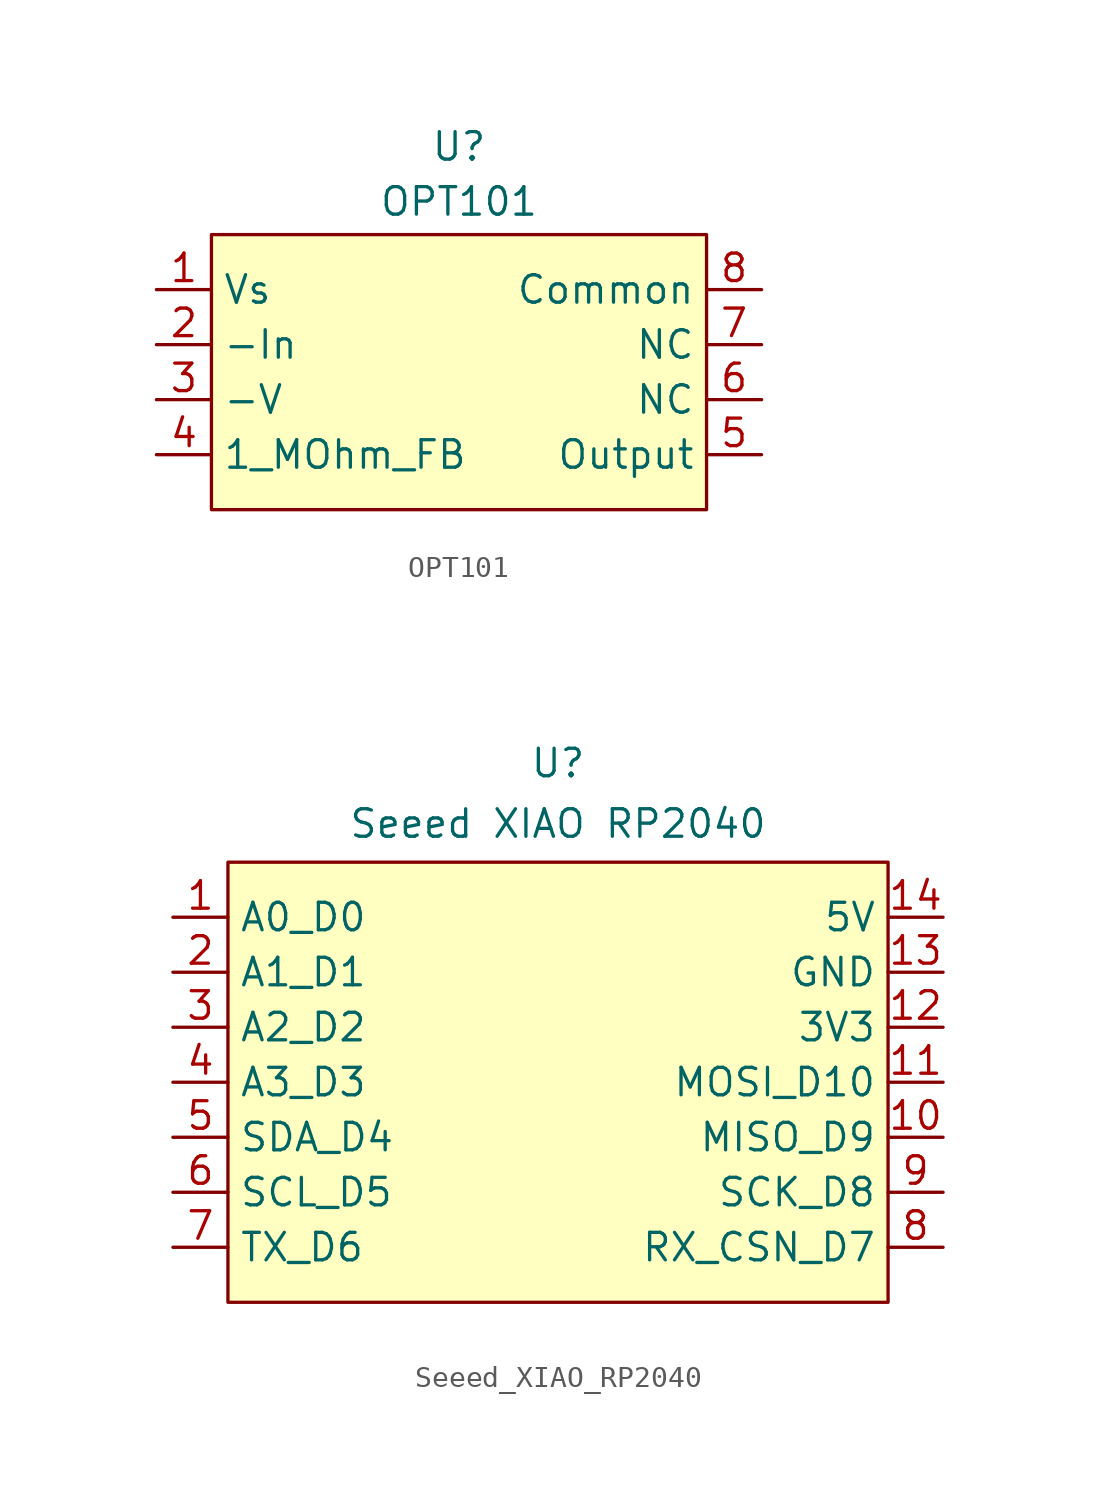
<source format=kicad_sym>
(kicad_symbol_lib
  (version 20241209)
  (generator "kicad_symbol_editor")
  (generator_version "9.0")
  (symbol "OPT101"
    (property "Reference" "U"
      (at 0 4.064 0)
      (effects (font (size 1.27 1.27))))
    (property "Value" "OPT101"
      (at 0 1.524 0)
      (effects (font (size 1.27 1.27))))
    (symbol "OPT101_0_0"
      (pin unspecified line (at -13.97 -2.54 0) (length 2.54) (name "Vs" (effects (font (size 1.27 1.27)))) (number "1" (effects (font (size 1.27 1.27)))))
      (pin unspecified line (at -13.97 -5.08 0) (length 2.54) (name "-In" (effects (font (size 1.27 1.27)))) (number "2" (effects (font (size 1.27 1.27)))))
      (pin unspecified line (at -13.97 -7.62 0) (length 2.54) (name "-V" (effects (font (size 1.27 1.27)))) (number "3" (effects (font (size 1.27 1.27)))))
      (pin unspecified line (at -13.97 -10.16 0) (length 2.54) (name "1_MOhm_FB" (effects (font (size 1.27 1.27)))) (number "4" (effects (font (size 1.27 1.27)))))
      (pin unspecified line (at 13.97 -2.54 180) (length 2.54) (name "Common" (effects (font (size 1.27 1.27)))) (number "8" (effects (font (size 1.27 1.27)))))
      (pin unspecified line (at 13.97 -5.08 180) (length 2.54) (name "NC" (effects (font (size 1.27 1.27)))) (number "7" (effects (font (size 1.27 1.27)))))
      (pin unspecified line (at 13.97 -7.62 180) (length 2.54) (name "NC" (effects (font (size 1.27 1.27)))) (number "6" (effects (font (size 1.27 1.27)))))
      (pin unspecified line (at 13.97 -10.16 180) (length 2.54) (name "Output" (effects (font (size 1.27 1.27)))) (number "5" (effects (font (size 1.27 1.27))))))
    (symbol "OPT101_1_1"
      (rectangle (start -11.43 0) (end 11.43 -12.7) (stroke (width 0) (type solid)) (fill (type color) (color 255 255 194 1)))))
  (symbol "Seeed_XIAO_RP2040"
    (property "Reference" "U"
      (at 0 4.572 0)
      (effects (font (size 1.27 1.27))))
    (property "Value" "Seeed XIAO RP2040"
      (at 0 1.778 0)
      (effects (font (size 1.27 1.27))))
    (symbol "Seeed_XIAO_RP2040_0_0"
      (pin unspecified line (at -17.78 -2.54 0) (length 2.54) (name "A0_D0" (effects (font (size 1.27 1.27)))) (number "1" (effects (font (size 1.27 1.27)))))
      (pin unspecified line (at -17.78 -5.08 0) (length 2.54) (name "A1_D1" (effects (font (size 1.27 1.27)))) (number "2" (effects (font (size 1.27 1.27)))))
      (pin unspecified line (at -17.78 -7.62 0) (length 2.54) (name "A2_D2" (effects (font (size 1.27 1.27)))) (number "3" (effects (font (size 1.27 1.27)))))
      (pin unspecified line (at -17.78 -10.16 0) (length 2.54) (name "A3_D3" (effects (font (size 1.27 1.27)))) (number "4" (effects (font (size 1.27 1.27)))))
      (pin unspecified line (at -17.78 -12.7 0) (length 2.54) (name "SDA_D4" (effects (font (size 1.27 1.27)))) (number "5" (effects (font (size 1.27 1.27)))))
      (pin unspecified line (at -17.78 -15.24 0) (length 2.54) (name "SCL_D5" (effects (font (size 1.27 1.27)))) (number "6" (effects (font (size 1.27 1.27)))))
      (pin unspecified line (at -17.78 -17.78 0) (length 2.54) (name "TX_D6" (effects (font (size 1.27 1.27)))) (number "7" (effects (font (size 1.27 1.27)))))
      (pin unspecified line (at 17.78 -2.54 180) (length 2.54) (name "5V" (effects (font (size 1.27 1.27)))) (number "14" (effects (font (size 1.27 1.27)))))
      (pin unspecified line (at 17.78 -5.08 180) (length 2.54) (name "GND" (effects (font (size 1.27 1.27)))) (number "13" (effects (font (size 1.27 1.27)))))
      (pin unspecified line (at 17.78 -7.62 180) (length 2.54) (name "3V3" (effects (font (size 1.27 1.27)))) (number "12" (effects (font (size 1.27 1.27)))))
      (pin unspecified line (at 17.78 -10.16 180) (length 2.54) (name "MOSI_D10" (effects (font (size 1.27 1.27)))) (number "11" (effects (font (size 1.27 1.27)))))
      (pin unspecified line (at 17.78 -12.7 180) (length 2.54) (name "MISO_D9" (effects (font (size 1.27 1.27)))) (number "10" (effects (font (size 1.27 1.27)))))
      (pin unspecified line (at 17.78 -15.24 180) (length 2.54) (name "SCK_D8" (effects (font (size 1.27 1.27)))) (number "9" (effects (font (size 1.27 1.27)))))
      (pin unspecified line (at 17.78 -17.78 180) (length 2.54) (name "RX_CSN_D7" (effects (font (size 1.27 1.27)))) (number "8" (effects (font (size 1.27 1.27))))))
    (symbol "Seeed_XIAO_RP2040_1_1"
      (rectangle (start -15.24 0) (end 15.24 -20.32) (stroke (width 0) (type solid)) (fill (type color) (color 255 255 194 1))))))
</source>
